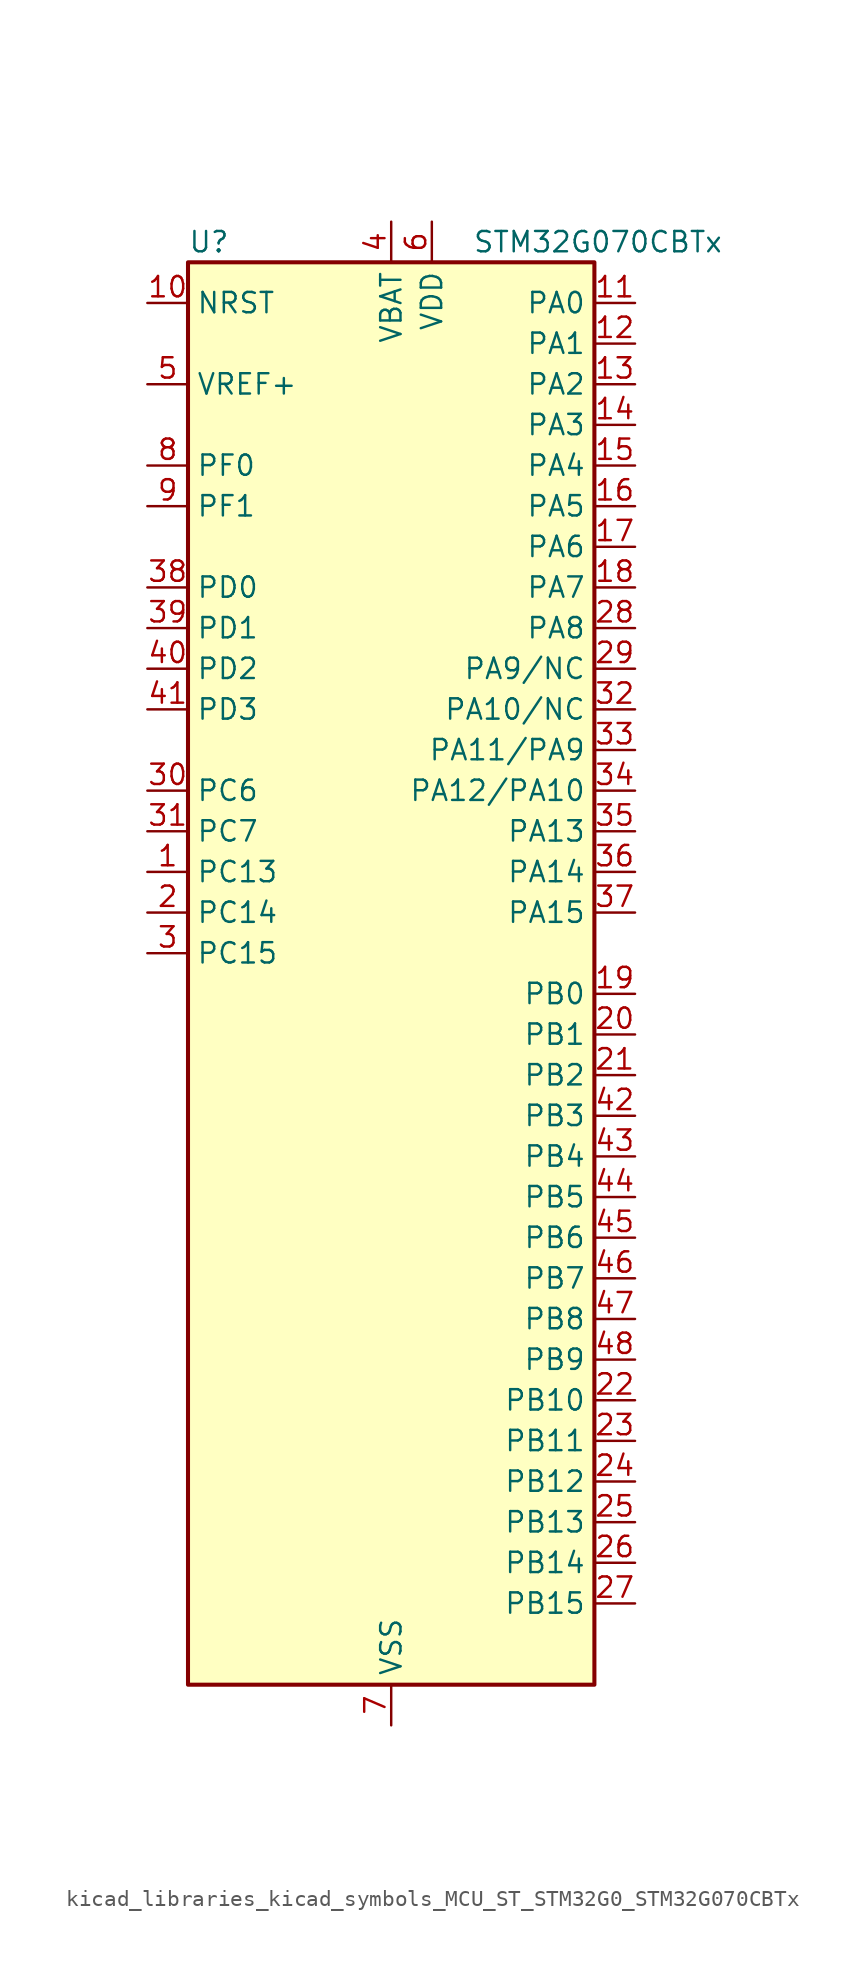
<source format=kicad_sym>
(kicad_symbol_lib
  (version 20220914)
  (generator kicad_symbol_editor)
  (symbol "kicad_libraries_kicad_symbols_MCU_ST_STM32G0_STM32G070CBTx"
    (property "Reference" "U"
      (at -12.7 46.99 0)
      (effects (font (size 1.27 1.27)) (justify left)))
    (property "Value" "STM32G070CBTx"
      (at 5.08 46.99 0)
      (effects (font (size 1.27 1.27)) (justify left)))
    (property "ki_locked" ""
      (at 0 0 0)
      (effects (font (size 1.27 1.27))))
    (symbol "kicad_libraries_kicad_symbols_MCU_ST_STM32G0_STM32G070CBTx_0_1"
      (rectangle (start -12.7 -43.18) (end 12.7 45.72) (stroke (width 0.254) (type default)) (fill (type background))))
    (symbol "kicad_libraries_kicad_symbols_MCU_ST_STM32G0_STM32G070CBTx_1_1"
      (pin bidirectional line (at -15.24 7.62 0) (length 2.54) (name "PC13" (effects (font (size 1.27 1.27)))) (number "1" (effects (font (size 1.27 1.27)))) (alternate "RTC_OUT_ALARM" bidirectional line) (alternate "RTC_OUT_CALIB" bidirectional line) (alternate "RTC_TAMP_IN1" bidirectional line) (alternate "RTC_TS" bidirectional line) (alternate "SYS_WKUP2" bidirectional line) (alternate "TIM1_BK" bidirectional line))
      (pin input line (at -15.24 43.18 0) (length 2.54) (name "NRST" (effects (font (size 1.27 1.27)))) (number "10" (effects (font (size 1.27 1.27)))))
      (pin bidirectional line (at 15.24 43.18 180) (length 2.54) (name "PA0" (effects (font (size 1.27 1.27)))) (number "11" (effects (font (size 1.27 1.27)))) (alternate "ADC1_IN0" bidirectional line) (alternate "RTC_TAMP_IN2" bidirectional line) (alternate "SPI2_SCK" bidirectional line) (alternate "SYS_WKUP1" bidirectional line) (alternate "USART2_CTS" bidirectional line) (alternate "USART2_NSS" bidirectional line) (alternate "USART4_TX" bidirectional line))
      (pin bidirectional line (at 15.24 40.64 180) (length 2.54) (name "PA1" (effects (font (size 1.27 1.27)))) (number "12" (effects (font (size 1.27 1.27)))) (alternate "ADC1_IN1" bidirectional line) (alternate "I2C1_SMBA" bidirectional line) (alternate "I2S1_CK" bidirectional line) (alternate "SPI1_SCK" bidirectional line) (alternate "TIM15_CH1N" bidirectional line) (alternate "USART2_CK" bidirectional line) (alternate "USART2_DE" bidirectional line) (alternate "USART2_RTS" bidirectional line) (alternate "USART4_RX" bidirectional line))
      (pin bidirectional line (at 15.24 38.1 180) (length 2.54) (name "PA2" (effects (font (size 1.27 1.27)))) (number "13" (effects (font (size 1.27 1.27)))) (alternate "ADC1_IN2" bidirectional line) (alternate "I2S1_SD" bidirectional line) (alternate "RCC_LSCO" bidirectional line) (alternate "SPI1_MOSI" bidirectional line) (alternate "SYS_WKUP4" bidirectional line) (alternate "TIM15_CH1" bidirectional line) (alternate "USART2_TX" bidirectional line))
      (pin bidirectional line (at 15.24 35.56 180) (length 2.54) (name "PA3" (effects (font (size 1.27 1.27)))) (number "14" (effects (font (size 1.27 1.27)))) (alternate "ADC1_IN3" bidirectional line) (alternate "SPI2_MISO" bidirectional line) (alternate "TIM15_CH2" bidirectional line) (alternate "USART2_RX" bidirectional line))
      (pin bidirectional line (at 15.24 33.02 180) (length 2.54) (name "PA4" (effects (font (size 1.27 1.27)))) (number "15" (effects (font (size 1.27 1.27)))) (alternate "ADC1_IN4" bidirectional line) (alternate "I2S1_WS" bidirectional line) (alternate "RTC_OUT_ALARM" bidirectional line) (alternate "RTC_OUT_CALIB" bidirectional line) (alternate "SPI1_NSS" bidirectional line) (alternate "SPI2_MOSI" bidirectional line) (alternate "TIM14_CH1" bidirectional line))
      (pin bidirectional line (at 15.24 30.48 180) (length 2.54) (name "PA5" (effects (font (size 1.27 1.27)))) (number "16" (effects (font (size 1.27 1.27)))) (alternate "ADC1_IN5" bidirectional line) (alternate "I2S1_CK" bidirectional line) (alternate "SPI1_SCK" bidirectional line) (alternate "USART3_TX" bidirectional line))
      (pin bidirectional line (at 15.24 27.94 180) (length 2.54) (name "PA6" (effects (font (size 1.27 1.27)))) (number "17" (effects (font (size 1.27 1.27)))) (alternate "ADC1_IN6" bidirectional line) (alternate "I2S1_MCK" bidirectional line) (alternate "SPI1_MISO" bidirectional line) (alternate "TIM16_CH1" bidirectional line) (alternate "TIM1_BK" bidirectional line) (alternate "TIM3_CH1" bidirectional line) (alternate "USART3_CTS" bidirectional line) (alternate "USART3_NSS" bidirectional line))
      (pin bidirectional line (at 15.24 25.4 180) (length 2.54) (name "PA7" (effects (font (size 1.27 1.27)))) (number "18" (effects (font (size 1.27 1.27)))) (alternate "ADC1_IN7" bidirectional line) (alternate "I2S1_SD" bidirectional line) (alternate "SPI1_MOSI" bidirectional line) (alternate "TIM14_CH1" bidirectional line) (alternate "TIM17_CH1" bidirectional line) (alternate "TIM1_CH1N" bidirectional line) (alternate "TIM3_CH2" bidirectional line))
      (pin bidirectional line (at 15.24 0 180) (length 2.54) (name "PB0" (effects (font (size 1.27 1.27)))) (number "19" (effects (font (size 1.27 1.27)))) (alternate "ADC1_IN8" bidirectional line) (alternate "I2S1_WS" bidirectional line) (alternate "SPI1_NSS" bidirectional line) (alternate "TIM1_CH2N" bidirectional line) (alternate "TIM3_CH3" bidirectional line) (alternate "USART3_RX" bidirectional line))
      (pin bidirectional line (at -15.24 5.08 0) (length 2.54) (name "PC14" (effects (font (size 1.27 1.27)))) (number "2" (effects (font (size 1.27 1.27)))) (alternate "RCC_OSC32_IN" bidirectional line) (alternate "TIM1_BK2" bidirectional line))
      (pin bidirectional line (at 15.24 -2.54 180) (length 2.54) (name "PB1" (effects (font (size 1.27 1.27)))) (number "20" (effects (font (size 1.27 1.27)))) (alternate "ADC1_IN9" bidirectional line) (alternate "TIM14_CH1" bidirectional line) (alternate "TIM1_CH3N" bidirectional line) (alternate "TIM3_CH4" bidirectional line) (alternate "USART3_CK" bidirectional line) (alternate "USART3_DE" bidirectional line) (alternate "USART3_RTS" bidirectional line))
      (pin bidirectional line (at 15.24 -5.08 180) (length 2.54) (name "PB2" (effects (font (size 1.27 1.27)))) (number "21" (effects (font (size 1.27 1.27)))) (alternate "ADC1_IN10" bidirectional line) (alternate "SPI2_MISO" bidirectional line) (alternate "USART3_TX" bidirectional line))
      (pin bidirectional line (at 15.24 -25.4 180) (length 2.54) (name "PB10" (effects (font (size 1.27 1.27)))) (number "22" (effects (font (size 1.27 1.27)))) (alternate "ADC1_IN11" bidirectional line) (alternate "I2C2_SCL" bidirectional line) (alternate "SPI2_SCK" bidirectional line) (alternate "USART3_TX" bidirectional line))
      (pin bidirectional line (at 15.24 -27.94 180) (length 2.54) (name "PB11" (effects (font (size 1.27 1.27)))) (number "23" (effects (font (size 1.27 1.27)))) (alternate "ADC1_EXTI11" bidirectional line) (alternate "ADC1_IN15" bidirectional line) (alternate "I2C2_SDA" bidirectional line) (alternate "SPI2_MOSI" bidirectional line) (alternate "USART3_RX" bidirectional line))
      (pin bidirectional line (at 15.24 -30.48 180) (length 2.54) (name "PB12" (effects (font (size 1.27 1.27)))) (number "24" (effects (font (size 1.27 1.27)))) (alternate "ADC1_IN16" bidirectional line) (alternate "SPI2_NSS" bidirectional line) (alternate "TIM15_BK" bidirectional line) (alternate "TIM1_BK" bidirectional line))
      (pin bidirectional line (at 15.24 -33.02 180) (length 2.54) (name "PB13" (effects (font (size 1.27 1.27)))) (number "25" (effects (font (size 1.27 1.27)))) (alternate "I2C2_SCL" bidirectional line) (alternate "SPI2_SCK" bidirectional line) (alternate "TIM15_CH1N" bidirectional line) (alternate "TIM1_CH1N" bidirectional line) (alternate "USART3_CTS" bidirectional line) (alternate "USART3_NSS" bidirectional line))
      (pin bidirectional line (at 15.24 -35.56 180) (length 2.54) (name "PB14" (effects (font (size 1.27 1.27)))) (number "26" (effects (font (size 1.27 1.27)))) (alternate "I2C2_SDA" bidirectional line) (alternate "SPI2_MISO" bidirectional line) (alternate "TIM15_CH1" bidirectional line) (alternate "TIM1_CH2N" bidirectional line) (alternate "USART3_CK" bidirectional line) (alternate "USART3_DE" bidirectional line) (alternate "USART3_RTS" bidirectional line))
      (pin bidirectional line (at 15.24 -38.1 180) (length 2.54) (name "PB15" (effects (font (size 1.27 1.27)))) (number "27" (effects (font (size 1.27 1.27)))) (alternate "RTC_REFIN" bidirectional line) (alternate "SPI2_MOSI" bidirectional line) (alternate "TIM15_CH1N" bidirectional line) (alternate "TIM15_CH2" bidirectional line) (alternate "TIM1_CH3N" bidirectional line))
      (pin bidirectional line (at 15.24 22.86 180) (length 2.54) (name "PA8" (effects (font (size 1.27 1.27)))) (number "28" (effects (font (size 1.27 1.27)))) (alternate "RCC_MCO" bidirectional line) (alternate "SPI2_NSS" bidirectional line) (alternate "TIM1_CH1" bidirectional line))
      (pin bidirectional line (at 15.24 20.32 180) (length 2.54) (name "PA9/NC" (effects (font (size 1.27 1.27)))) (number "29" (effects (font (size 1.27 1.27)))) (alternate "I2C1_SCL" bidirectional line) (alternate "RCC_MCO" bidirectional line) (alternate "SPI2_MISO" bidirectional line) (alternate "TIM15_BK" bidirectional line) (alternate "TIM1_CH2" bidirectional line) (alternate "USART1_TX" bidirectional line))
      (pin bidirectional line (at -15.24 2.54 0) (length 2.54) (name "PC15" (effects (font (size 1.27 1.27)))) (number "3" (effects (font (size 1.27 1.27)))) (alternate "RCC_OSC32_EN" bidirectional line) (alternate "RCC_OSC32_OUT" bidirectional line) (alternate "RCC_OSC_EN" bidirectional line) (alternate "TIM15_BK" bidirectional line))
      (pin bidirectional line (at -15.24 12.7 0) (length 2.54) (name "PC6" (effects (font (size 1.27 1.27)))) (number "30" (effects (font (size 1.27 1.27)))) (alternate "TIM3_CH1" bidirectional line))
      (pin bidirectional line (at -15.24 10.16 0) (length 2.54) (name "PC7" (effects (font (size 1.27 1.27)))) (number "31" (effects (font (size 1.27 1.27)))) (alternate "TIM3_CH2" bidirectional line))
      (pin bidirectional line (at 15.24 17.78 180) (length 2.54) (name "PA10/NC" (effects (font (size 1.27 1.27)))) (number "32" (effects (font (size 1.27 1.27)))) (alternate "I2C1_SDA" bidirectional line) (alternate "SPI2_MOSI" bidirectional line) (alternate "TIM17_BK" bidirectional line) (alternate "TIM1_CH3" bidirectional line) (alternate "USART1_RX" bidirectional line))
      (pin bidirectional line (at 15.24 15.24 180) (length 2.54) (name "PA11/PA9" (effects (font (size 1.27 1.27)))) (number "33" (effects (font (size 1.27 1.27)))) (alternate "ADC1_EXTI11" bidirectional line) (alternate "I2C2_SCL" bidirectional line) (alternate "I2S1_MCK" bidirectional line) (alternate "SPI1_MISO" bidirectional line) (alternate "TIM1_BK2" bidirectional line) (alternate "TIM1_CH4" bidirectional line) (alternate "USART1_CTS" bidirectional line) (alternate "USART1_NSS" bidirectional line))
      (pin bidirectional line (at 15.24 12.7 180) (length 2.54) (name "PA12/PA10" (effects (font (size 1.27 1.27)))) (number "34" (effects (font (size 1.27 1.27)))) (alternate "I2C2_SDA" bidirectional line) (alternate "I2S1_SD" bidirectional line) (alternate "I2S_CKIN" bidirectional line) (alternate "SPI1_MOSI" bidirectional line) (alternate "TIM1_ETR" bidirectional line) (alternate "USART1_CK" bidirectional line) (alternate "USART1_DE" bidirectional line) (alternate "USART1_RTS" bidirectional line))
      (pin bidirectional line (at 15.24 10.16 180) (length 2.54) (name "PA13" (effects (font (size 1.27 1.27)))) (number "35" (effects (font (size 1.27 1.27)))) (alternate "IR_OUT" bidirectional line) (alternate "SYS_SWDIO" bidirectional line))
      (pin bidirectional line (at 15.24 7.62 180) (length 2.54) (name "PA14" (effects (font (size 1.27 1.27)))) (number "36" (effects (font (size 1.27 1.27)))) (alternate "SYS_SWCLK" bidirectional line) (alternate "USART2_TX" bidirectional line))
      (pin bidirectional line (at 15.24 5.08 180) (length 2.54) (name "PA15" (effects (font (size 1.27 1.27)))) (number "37" (effects (font (size 1.27 1.27)))) (alternate "I2S1_WS" bidirectional line) (alternate "SPI1_NSS" bidirectional line) (alternate "USART2_RX" bidirectional line) (alternate "USART3_CK" bidirectional line) (alternate "USART3_DE" bidirectional line) (alternate "USART3_RTS" bidirectional line) (alternate "USART4_CK" bidirectional line) (alternate "USART4_DE" bidirectional line) (alternate "USART4_RTS" bidirectional line))
      (pin bidirectional line (at -15.24 25.4 0) (length 2.54) (name "PD0" (effects (font (size 1.27 1.27)))) (number "38" (effects (font (size 1.27 1.27)))) (alternate "SPI2_NSS" bidirectional line) (alternate "TIM16_CH1" bidirectional line))
      (pin bidirectional line (at -15.24 22.86 0) (length 2.54) (name "PD1" (effects (font (size 1.27 1.27)))) (number "39" (effects (font (size 1.27 1.27)))) (alternate "SPI2_SCK" bidirectional line) (alternate "TIM17_CH1" bidirectional line))
      (pin power_in line (at 0 48.26 270) (length 2.54) (name "VBAT" (effects (font (size 1.27 1.27)))) (number "4" (effects (font (size 1.27 1.27)))))
      (pin bidirectional line (at -15.24 20.32 0) (length 2.54) (name "PD2" (effects (font (size 1.27 1.27)))) (number "40" (effects (font (size 1.27 1.27)))) (alternate "TIM1_CH1N" bidirectional line) (alternate "TIM3_ETR" bidirectional line) (alternate "USART3_CK" bidirectional line) (alternate "USART3_DE" bidirectional line) (alternate "USART3_RTS" bidirectional line))
      (pin bidirectional line (at -15.24 17.78 0) (length 2.54) (name "PD3" (effects (font (size 1.27 1.27)))) (number "41" (effects (font (size 1.27 1.27)))) (alternate "SPI2_MISO" bidirectional line) (alternate "TIM1_CH2N" bidirectional line) (alternate "USART2_CTS" bidirectional line) (alternate "USART2_NSS" bidirectional line))
      (pin bidirectional line (at 15.24 -7.62 180) (length 2.54) (name "PB3" (effects (font (size 1.27 1.27)))) (number "42" (effects (font (size 1.27 1.27)))) (alternate "I2S1_CK" bidirectional line) (alternate "SPI1_SCK" bidirectional line) (alternate "TIM1_CH2" bidirectional line) (alternate "USART1_CK" bidirectional line) (alternate "USART1_DE" bidirectional line) (alternate "USART1_RTS" bidirectional line))
      (pin bidirectional line (at 15.24 -10.16 180) (length 2.54) (name "PB4" (effects (font (size 1.27 1.27)))) (number "43" (effects (font (size 1.27 1.27)))) (alternate "I2S1_MCK" bidirectional line) (alternate "SPI1_MISO" bidirectional line) (alternate "TIM17_BK" bidirectional line) (alternate "TIM3_CH1" bidirectional line) (alternate "USART1_CTS" bidirectional line) (alternate "USART1_NSS" bidirectional line))
      (pin bidirectional line (at 15.24 -12.7 180) (length 2.54) (name "PB5" (effects (font (size 1.27 1.27)))) (number "44" (effects (font (size 1.27 1.27)))) (alternate "I2C1_SMBA" bidirectional line) (alternate "I2S1_SD" bidirectional line) (alternate "SPI1_MOSI" bidirectional line) (alternate "SYS_WKUP6" bidirectional line) (alternate "TIM16_BK" bidirectional line) (alternate "TIM3_CH2" bidirectional line))
      (pin bidirectional line (at 15.24 -15.24 180) (length 2.54) (name "PB6" (effects (font (size 1.27 1.27)))) (number "45" (effects (font (size 1.27 1.27)))) (alternate "I2C1_SCL" bidirectional line) (alternate "SPI2_MISO" bidirectional line) (alternate "TIM16_CH1N" bidirectional line) (alternate "TIM1_CH3" bidirectional line) (alternate "USART1_TX" bidirectional line))
      (pin bidirectional line (at 15.24 -17.78 180) (length 2.54) (name "PB7" (effects (font (size 1.27 1.27)))) (number "46" (effects (font (size 1.27 1.27)))) (alternate "I2C1_SDA" bidirectional line) (alternate "SPI2_MOSI" bidirectional line) (alternate "TIM17_CH1N" bidirectional line) (alternate "USART1_RX" bidirectional line) (alternate "USART4_CTS" bidirectional line) (alternate "USART4_NSS" bidirectional line))
      (pin bidirectional line (at 15.24 -20.32 180) (length 2.54) (name "PB8" (effects (font (size 1.27 1.27)))) (number "47" (effects (font (size 1.27 1.27)))) (alternate "I2C1_SCL" bidirectional line) (alternate "SPI2_SCK" bidirectional line) (alternate "TIM15_BK" bidirectional line) (alternate "TIM16_CH1" bidirectional line) (alternate "USART3_TX" bidirectional line))
      (pin bidirectional line (at 15.24 -22.86 180) (length 2.54) (name "PB9" (effects (font (size 1.27 1.27)))) (number "48" (effects (font (size 1.27 1.27)))) (alternate "I2C1_SDA" bidirectional line) (alternate "IR_OUT" bidirectional line) (alternate "SPI2_NSS" bidirectional line) (alternate "TIM17_CH1" bidirectional line) (alternate "USART3_RX" bidirectional line))
      (pin input line (at -15.24 38.1 0) (length 2.54) (name "VREF+" (effects (font (size 1.27 1.27)))) (number "5" (effects (font (size 1.27 1.27)))))
      (pin power_in line (at 2.54 48.26 270) (length 2.54) (name "VDD" (effects (font (size 1.27 1.27)))) (number "6" (effects (font (size 1.27 1.27)))))
      (pin power_in line (at 0 -45.72 90) (length 2.54) (name "VSS" (effects (font (size 1.27 1.27)))) (number "7" (effects (font (size 1.27 1.27)))))
      (pin bidirectional line (at -15.24 33.02 0) (length 2.54) (name "PF0" (effects (font (size 1.27 1.27)))) (number "8" (effects (font (size 1.27 1.27)))) (alternate "RCC_OSC_IN" bidirectional line) (alternate "TIM14_CH1" bidirectional line))
      (pin bidirectional line (at -15.24 30.48 0) (length 2.54) (name "PF1" (effects (font (size 1.27 1.27)))) (number "9" (effects (font (size 1.27 1.27)))) (alternate "RCC_OSC_EN" bidirectional line) (alternate "RCC_OSC_OUT" bidirectional line) (alternate "TIM15_CH1N" bidirectional line)))))
</source>
